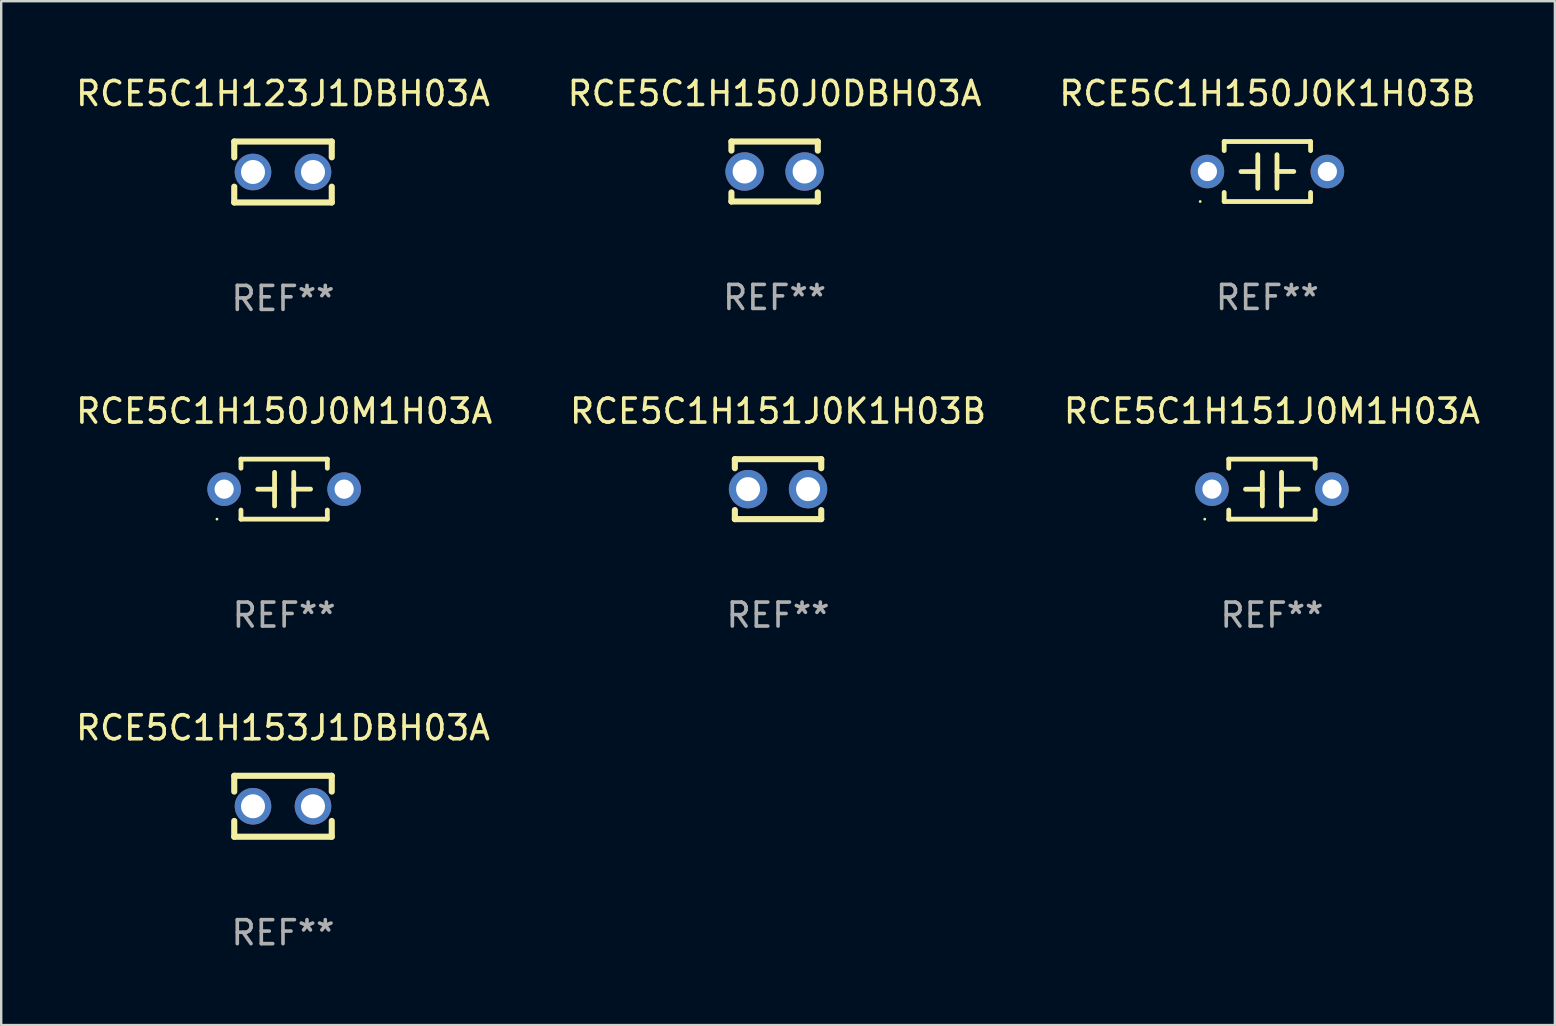
<source format=kicad_pcb>
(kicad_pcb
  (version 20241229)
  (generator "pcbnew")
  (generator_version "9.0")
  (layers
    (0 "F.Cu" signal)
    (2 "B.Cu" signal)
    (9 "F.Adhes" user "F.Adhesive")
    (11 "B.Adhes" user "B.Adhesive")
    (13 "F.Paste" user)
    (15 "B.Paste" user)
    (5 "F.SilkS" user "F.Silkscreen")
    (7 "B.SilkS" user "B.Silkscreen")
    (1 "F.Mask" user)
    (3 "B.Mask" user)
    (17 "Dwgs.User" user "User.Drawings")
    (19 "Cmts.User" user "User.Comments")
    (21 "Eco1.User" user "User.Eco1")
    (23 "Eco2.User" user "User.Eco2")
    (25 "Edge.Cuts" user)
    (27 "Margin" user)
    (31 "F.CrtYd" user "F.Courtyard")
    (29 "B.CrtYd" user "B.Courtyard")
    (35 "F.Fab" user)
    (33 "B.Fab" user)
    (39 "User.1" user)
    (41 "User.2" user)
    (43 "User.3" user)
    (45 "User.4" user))
  (footprint "RCE5C1H153J1DBH03A"
    (layer "F.Cu")
    (at 8.744 30.551)
    (property "Reference" "RCE5C1H153J1DBH03A" (at 0 -3.27 0) (layer "F.SilkS") (effects (font (size 1 1) (thickness 0.15))))
    (attr through_hole)
    (fp_line (start -2.032 -1.27) (end -2.032 -0.611) (stroke (width 0.254) (type solid)) (layer "F.SilkS"))
    (fp_line (start -2.032 0.611) (end -2.032 1.27) (stroke (width 0.254) (type solid)) (layer "F.SilkS"))
    (fp_line (start -2.032 1.27) (end 2.032 1.27) (stroke (width 0.254) (type solid)) (layer "F.SilkS"))
    (fp_line (start 2.032 -1.27) (end -2.032 -1.27) (stroke (width 0.254) (type solid)) (layer "F.SilkS"))
    (fp_line (start 2.032 -0.611) (end 2.032 -1.27) (stroke (width 0.254) (type solid)) (layer "F.SilkS"))
    (fp_line (start 2.032 1.27) (end 2.032 0.611) (stroke (width 0.254) (type solid)) (layer "F.SilkS"))
    (fp_circle (center -2 1.25) (end -1.97 1.25) (stroke (width 0.06) (type solid)) (fill no) (layer "F.SilkS"))
    (fp_text user "REF**" (at 0 5.27 0) (layer "F.Fab") (effects (font (size 1 1) (thickness 0.15))))
    (pad "1" thru_hole circle (at -1.25 0) (size 1.524 1.524) (drill 1) (layers "*.Cu" "*.Mask"))
    (pad "2" thru_hole circle (at 1.25 0) (size 1.524 1.524) (drill 1) (layers "*.Cu" "*.Mask")))
  (footprint "RCE5C1H151J0K1H03B"
    (layer "F.Cu")
    (at 29.375 17.335)
    (property "Reference" "RCE5C1H151J0K1H03B" (at 0 -3.25 0) (layer "F.SilkS") (effects (font (size 1 1) (thickness 0.15))))
    (attr through_hole)
    (fp_line (start -1.8 -1.25) (end -1.8 -0.872) (stroke (width 0.254) (type solid)) (layer "F.SilkS"))
    (fp_line (start -1.8 -1.25) (end 1.8 -1.25) (stroke (width 0.254) (type solid)) (layer "F.SilkS"))
    (fp_line (start -1.8 0.872) (end -1.8 1.25) (stroke (width 0.254) (type solid)) (layer "F.SilkS"))
    (fp_line (start -1.8 1.25) (end 1.8 1.25) (stroke (width 0.254) (type solid)) (layer "F.SilkS"))
    (fp_line (start 1.8 -1.25) (end 1.8 -0.872) (stroke (width 0.254) (type solid)) (layer "F.SilkS"))
    (fp_line (start 1.8 0.872) (end 1.8 1.25) (stroke (width 0.254) (type solid)) (layer "F.SilkS"))
    (fp_circle (center -1.8 1.25) (end -1.77 1.25) (stroke (width 0.06) (type solid)) (fill no) (layer "F.SilkS"))
    (fp_text user "REF**" (at 0 5.25 0) (layer "F.Fab") (effects (font (size 1 1) (thickness 0.15))))
    (pad "1" thru_hole circle (at -1.25 0) (size 1.6 1.6) (drill 1) (layers "*.Cu" "*.Mask"))
    (pad "2" thru_hole circle (at 1.25 0) (size 1.6 1.6) (drill 1) (layers "*.Cu" "*.Mask")))
  (footprint "RCE5C1H123J1DBH03A"
    (layer "F.Cu")
    (at 8.744 4.118)
    (property "Reference" "RCE5C1H123J1DBH03A" (at 0 -3.27 0) (layer "F.SilkS") (effects (font (size 1 1) (thickness 0.15))))
    (attr through_hole)
    (fp_line (start -2.032 -1.27) (end -2.032 -0.611) (stroke (width 0.254) (type solid)) (layer "F.SilkS"))
    (fp_line (start -2.032 0.611) (end -2.032 1.27) (stroke (width 0.254) (type solid)) (layer "F.SilkS"))
    (fp_line (start -2.032 1.27) (end 2.032 1.27) (stroke (width 0.254) (type solid)) (layer "F.SilkS"))
    (fp_line (start 2.032 -1.27) (end -2.032 -1.27) (stroke (width 0.254) (type solid)) (layer "F.SilkS"))
    (fp_line (start 2.032 -0.611) (end 2.032 -1.27) (stroke (width 0.254) (type solid)) (layer "F.SilkS"))
    (fp_line (start 2.032 1.27) (end 2.032 0.611) (stroke (width 0.254) (type solid)) (layer "F.SilkS"))
    (fp_circle (center -2 1.25) (end -1.97 1.25) (stroke (width 0.06) (type solid)) (fill no) (layer "F.SilkS"))
    (fp_text user "REF**" (at 0 5.27 0) (layer "F.Fab") (effects (font (size 1 1) (thickness 0.15))))
    (pad "1" thru_hole circle (at -1.25 0) (size 1.524 1.524) (drill 1) (layers "*.Cu" "*.Mask"))
    (pad "2" thru_hole circle (at 1.25 0) (size 1.524 1.524) (drill 1) (layers "*.Cu" "*.Mask")))
  (footprint "RCE5C1H150J0DBH03A"
    (layer "F.Cu")
    (at 29.232 4.098)
    (property "Reference" "RCE5C1H150J0DBH03A" (at 0 -3.25 0) (layer "F.SilkS") (effects (font (size 1 1) (thickness 0.15))))
    (attr through_hole)
    (fp_line (start -1.8 -1.25) (end -1.8 -0.872) (stroke (width 0.254) (type solid)) (layer "F.SilkS"))
    (fp_line (start -1.8 -1.25) (end 1.8 -1.25) (stroke (width 0.254) (type solid)) (layer "F.SilkS"))
    (fp_line (start -1.8 0.872) (end -1.8 1.25) (stroke (width 0.254) (type solid)) (layer "F.SilkS"))
    (fp_line (start -1.8 1.25) (end 1.8 1.25) (stroke (width 0.254) (type solid)) (layer "F.SilkS"))
    (fp_line (start 1.8 -1.25) (end 1.8 -0.872) (stroke (width 0.254) (type solid)) (layer "F.SilkS"))
    (fp_line (start 1.8 0.872) (end 1.8 1.25) (stroke (width 0.254) (type solid)) (layer "F.SilkS"))
    (fp_circle (center -1.8 1.25) (end -1.77 1.25) (stroke (width 0.06) (type solid)) (fill no) (layer "F.SilkS"))
    (fp_text user "REF**" (at 0 5.25 0) (layer "F.Fab") (effects (font (size 1 1) (thickness 0.15))))
    (pad "1" thru_hole circle (at -1.25 0) (size 1.6 1.6) (drill 1) (layers "*.Cu" "*.Mask"))
    (pad "2" thru_hole circle (at 1.25 0) (size 1.6 1.6) (drill 1) (layers "*.Cu" "*.Mask")))
  (footprint "RCE5C1H150J0K1H03B"
    (layer "F.Cu")
    (at 49.768 4.098)
    (property "Reference" "RCE5C1H150J0K1H03B" (at 0 -3.25 0) (layer "F.SilkS") (effects (font (size 1 1) (thickness 0.15))))
    (attr through_hole)
    (fp_line (start -1.8 -1.25) (end -1.8 -0.872) (stroke (width 0.2) (type solid)) (layer "F.SilkS"))
    (fp_line (start -1.8 -1.25) (end 1.8 -1.25) (stroke (width 0.2) (type solid)) (layer "F.SilkS"))
    (fp_line (start -1.8 0.872) (end -1.8 1.25) (stroke (width 0.2) (type solid)) (layer "F.SilkS"))
    (fp_line (start -1.8 1.25) (end 1.8 1.25) (stroke (width 0.2) (type solid)) (layer "F.SilkS"))
    (fp_line (start -0.4 -0.7) (end -0.4 0.7) (stroke (width 0.2) (type solid)) (layer "F.SilkS"))
    (fp_line (start -0.4 0.002) (end -1.1 0.002) (stroke (width 0.2) (type solid)) (layer "F.SilkS"))
    (fp_line (start 0.4 -0.001) (end 1.1 -0.001) (stroke (width 0.2) (type solid)) (layer "F.SilkS"))
    (fp_line (start 0.4 0.7) (end 0.4 -0.7) (stroke (width 0.2) (type solid)) (layer "F.SilkS"))
    (fp_line (start 1.8 -1.25) (end 1.8 -0.872) (stroke (width 0.2) (type solid)) (layer "F.SilkS"))
    (fp_line (start 1.8 0.872) (end 1.8 1.25) (stroke (width 0.2) (type solid)) (layer "F.SilkS"))
    (fp_circle (center -2.8 1.25) (end -2.77 1.25) (stroke (width 0.06) (type solid)) (fill no) (layer "F.SilkS"))
    (fp_text user "REF**" (at 0 5.25 0) (layer "F.Fab") (effects (font (size 1 1) (thickness 0.15))))
    (pad "1" thru_hole circle (at -2.5 0) (size 1.4 1.4) (drill 0.8) (layers "*.Cu" "*.Mask"))
    (pad "2" thru_hole circle (at 2.5 0) (size 1.4 1.4) (drill 0.8) (layers "*.Cu" "*.Mask")))
  (footprint "RCE5C1H150J0M1H03A"
    (layer "F.Cu")
    (at 8.792 17.335)
    (property "Reference" "RCE5C1H150J0M1H03A" (at 0 -3.25 0) (layer "F.SilkS") (effects (font (size 1 1) (thickness 0.15))))
    (attr through_hole)
    (fp_line (start -1.8 -1.25) (end -1.8 -0.872) (stroke (width 0.2) (type solid)) (layer "F.SilkS"))
    (fp_line (start -1.8 -1.25) (end 1.8 -1.25) (stroke (width 0.2) (type solid)) (layer "F.SilkS"))
    (fp_line (start -1.8 0.872) (end -1.8 1.25) (stroke (width 0.2) (type solid)) (layer "F.SilkS"))
    (fp_line (start -1.8 1.25) (end 1.8 1.25) (stroke (width 0.2) (type solid)) (layer "F.SilkS"))
    (fp_line (start -0.4 -0.7) (end -0.4 0.7) (stroke (width 0.2) (type solid)) (layer "F.SilkS"))
    (fp_line (start -0.4 0.002) (end -1.1 0.002) (stroke (width 0.2) (type solid)) (layer "F.SilkS"))
    (fp_line (start 0.4 -0.001) (end 1.1 -0.001) (stroke (width 0.2) (type solid)) (layer "F.SilkS"))
    (fp_line (start 0.4 0.7) (end 0.4 -0.7) (stroke (width 0.2) (type solid)) (layer "F.SilkS"))
    (fp_line (start 1.8 -1.25) (end 1.8 -0.872) (stroke (width 0.2) (type solid)) (layer "F.SilkS"))
    (fp_line (start 1.8 0.872) (end 1.8 1.25) (stroke (width 0.2) (type solid)) (layer "F.SilkS"))
    (fp_circle (center -2.8 1.25) (end -2.77 1.25) (stroke (width 0.06) (type solid)) (fill no) (layer "F.SilkS"))
    (fp_text user "REF**" (at 0 5.25 0) (layer "F.Fab") (effects (font (size 1 1) (thickness 0.15))))
    (pad "1" thru_hole circle (at -2.5 0) (size 1.4 1.4) (drill 0.8) (layers "*.Cu" "*.Mask"))
    (pad "2" thru_hole circle (at 2.5 0) (size 1.4 1.4) (drill 0.8) (layers "*.Cu" "*.Mask")))
  (footprint "RCE5C1H151J0M1H03A"
    (layer "F.Cu")
    (at 49.958 17.335)
    (property "Reference" "RCE5C1H151J0M1H03A" (at 0 -3.25 0) (layer "F.SilkS") (effects (font (size 1 1) (thickness 0.15))))
    (attr through_hole)
    (fp_line (start -1.8 -1.25) (end -1.8 -0.872) (stroke (width 0.2) (type solid)) (layer "F.SilkS"))
    (fp_line (start -1.8 -1.25) (end 1.8 -1.25) (stroke (width 0.2) (type solid)) (layer "F.SilkS"))
    (fp_line (start -1.8 0.872) (end -1.8 1.25) (stroke (width 0.2) (type solid)) (layer "F.SilkS"))
    (fp_line (start -1.8 1.25) (end 1.8 1.25) (stroke (width 0.2) (type solid)) (layer "F.SilkS"))
    (fp_line (start -0.4 -0.7) (end -0.4 0.7) (stroke (width 0.2) (type solid)) (layer "F.SilkS"))
    (fp_line (start -0.4 0.002) (end -1.1 0.002) (stroke (width 0.2) (type solid)) (layer "F.SilkS"))
    (fp_line (start 0.4 -0.001) (end 1.1 -0.001) (stroke (width 0.2) (type solid)) (layer "F.SilkS"))
    (fp_line (start 0.4 0.7) (end 0.4 -0.7) (stroke (width 0.2) (type solid)) (layer "F.SilkS"))
    (fp_line (start 1.8 -1.25) (end 1.8 -0.872) (stroke (width 0.2) (type solid)) (layer "F.SilkS"))
    (fp_line (start 1.8 0.872) (end 1.8 1.25) (stroke (width 0.2) (type solid)) (layer "F.SilkS"))
    (fp_circle (center -2.8 1.25) (end -2.77 1.25) (stroke (width 0.06) (type solid)) (fill no) (layer "F.SilkS"))
    (fp_text user "REF**" (at 0 5.25 0) (layer "F.Fab") (effects (font (size 1 1) (thickness 0.15))))
    (pad "1" thru_hole circle (at -2.5 0) (size 1.4 1.4) (drill 0.8) (layers "*.Cu" "*.Mask"))
    (pad "2" thru_hole circle (at 2.5 0) (size 1.4 1.4) (drill 0.8) (layers "*.Cu" "*.Mask")))
  (gr_rect
    (start -3 -3)
    (end 61.75 39.67)
    (stroke (width 0.1) (type default))
    (fill no)
    (layer "Edge.Cuts")))
</source>
